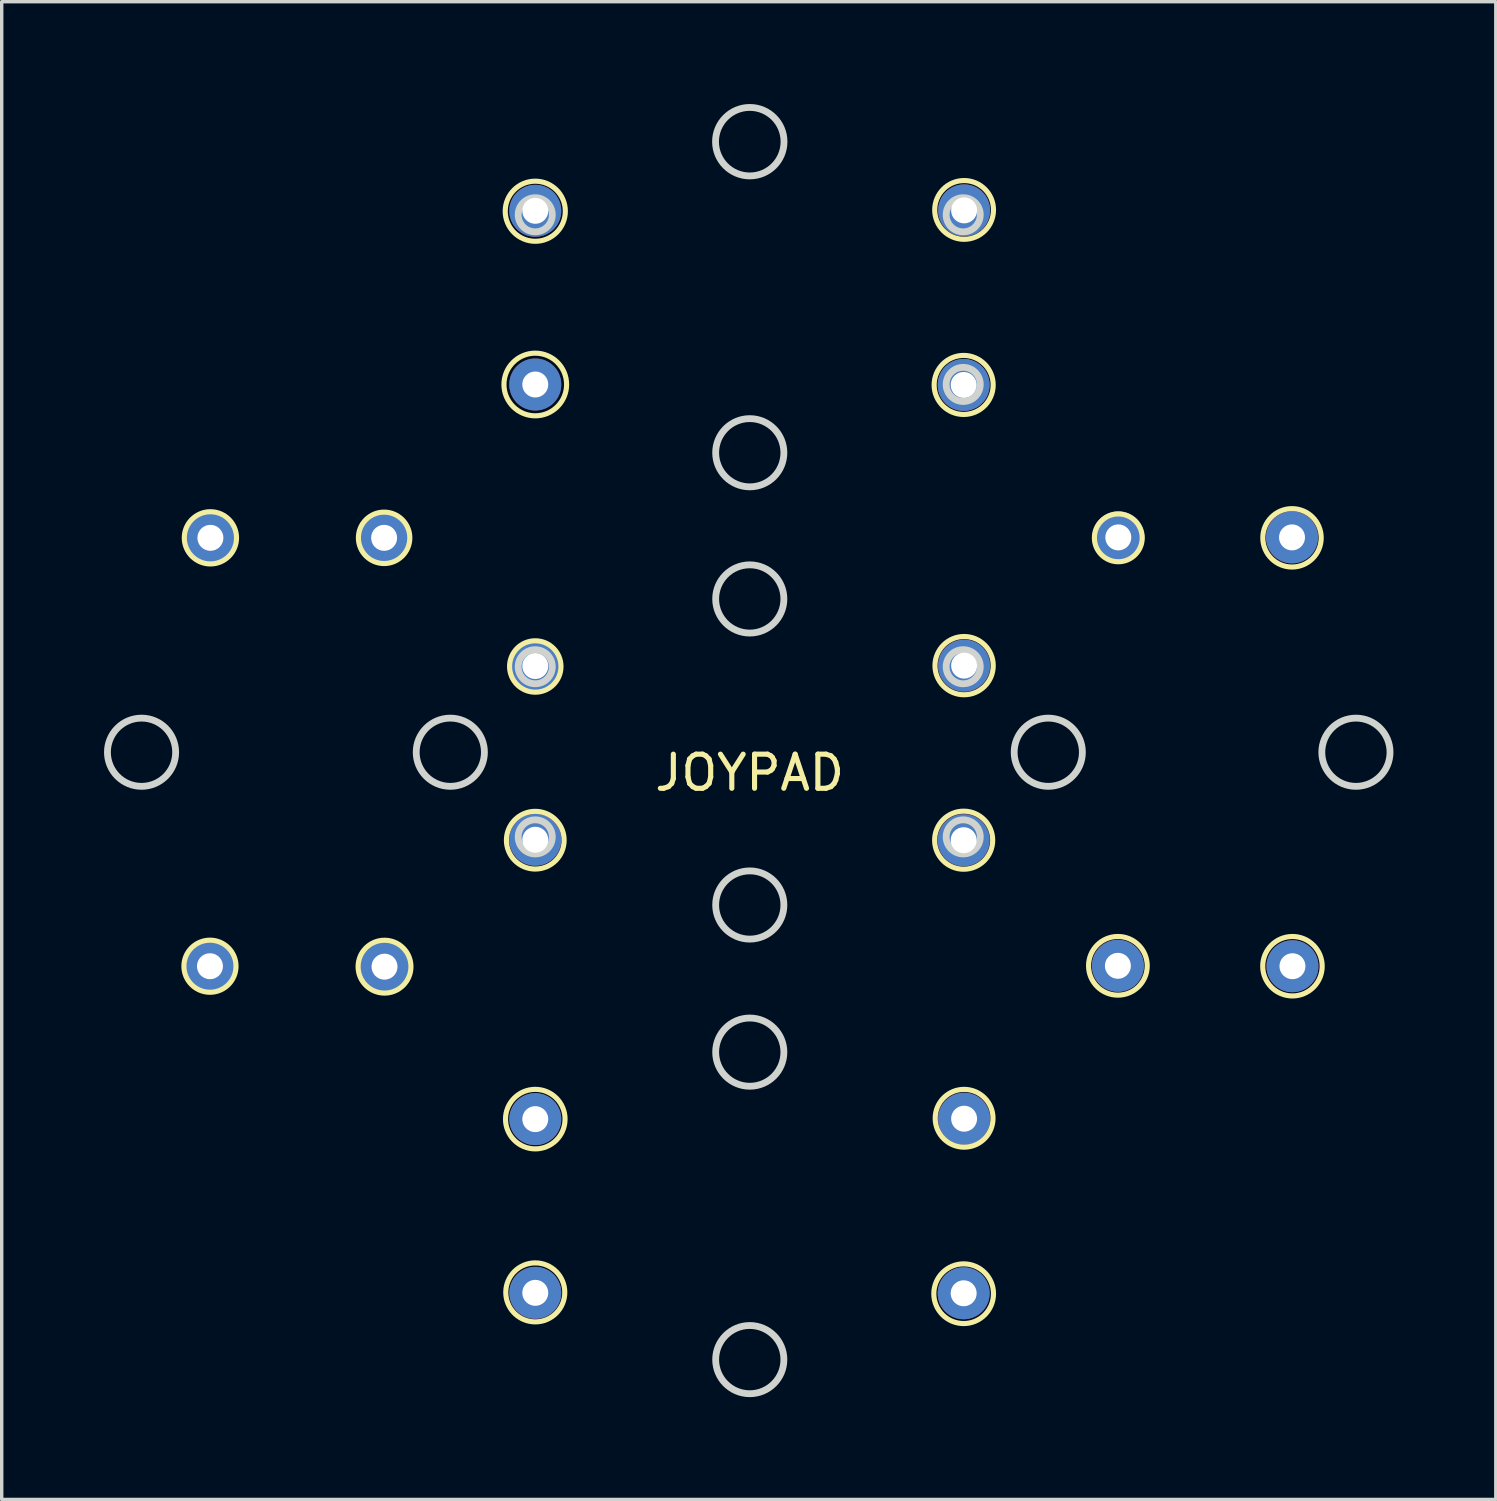
<source format=kicad_pcb>
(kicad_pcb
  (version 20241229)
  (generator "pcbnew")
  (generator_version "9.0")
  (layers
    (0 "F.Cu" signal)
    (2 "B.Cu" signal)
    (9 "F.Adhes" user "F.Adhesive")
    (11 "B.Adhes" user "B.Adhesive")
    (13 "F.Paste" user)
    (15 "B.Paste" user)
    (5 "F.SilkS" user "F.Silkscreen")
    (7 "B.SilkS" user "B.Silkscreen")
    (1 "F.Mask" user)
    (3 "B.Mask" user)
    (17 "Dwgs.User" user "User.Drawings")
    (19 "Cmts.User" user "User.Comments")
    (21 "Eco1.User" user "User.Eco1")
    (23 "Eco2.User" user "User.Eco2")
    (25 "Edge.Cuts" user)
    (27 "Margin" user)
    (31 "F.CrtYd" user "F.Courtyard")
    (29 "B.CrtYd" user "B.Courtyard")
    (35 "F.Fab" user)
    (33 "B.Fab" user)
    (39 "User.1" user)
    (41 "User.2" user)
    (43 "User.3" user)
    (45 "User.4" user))
  (footprint "JOYPAD"
    (layer "F.Cu")
    (at 18.994 17.672)
    (property "Reference" "JOYPAD" (at -0.064 1.935 0) (layer "F.SilkS") (effects (font (size 1 1) (thickness 0.15))))
    (attr through_hole)
    (fp_circle (center -15.888 7.607) (end -15.354 7.061) (stroke (width 0.15) (type solid)) (fill no) (layer "F.SilkS"))
    (fp_circle (center -15.875 -4.953) (end -15.38 -5.537) (stroke (width 0.15) (type solid)) (fill no) (layer "F.SilkS"))
    (fp_circle (center -10.782 -4.953) (end -10.249 -5.486) (stroke (width 0.15) (type solid)) (fill no) (layer "F.SilkS"))
    (fp_circle (center -10.77 7.62) (end -10.135 7.176) (stroke (width 0.15) (type solid)) (fill no) (layer "F.SilkS"))
    (fp_circle (center -6.35 -14.529) (end -5.702 -15.126) (stroke (width 0.15) (type solid)) (fill no) (layer "F.SilkS"))
    (fp_circle (center -6.35 -9.449) (end -5.753 -10.147) (stroke (width 0.15) (type solid)) (fill no) (layer "F.SilkS"))
    (fp_circle (center -6.35 -1.181) (end -5.715 -1.587) (stroke (width 0.15) (type solid)) (fill no) (layer "F.SilkS"))
    (fp_circle (center -6.35 3.912) (end -5.893 3.2) (stroke (width 0.15) (type solid)) (fill no) (layer "F.SilkS"))
    (fp_circle (center -6.35 12.09) (end -5.69 11.519) (stroke (width 0.15) (type solid)) (fill no) (layer "F.SilkS"))
    (fp_circle (center -6.35 17.17) (end -5.791 16.51) (stroke (width 0.15) (type solid)) (fill no) (layer "F.SilkS"))
    (fp_circle (center 6.21 -9.436) (end 6.96 -9.868) (stroke (width 0.15) (type solid)) (fill no) (layer "F.SilkS"))
    (fp_circle (center 6.21 3.912) (end 6.731 3.239) (stroke (width 0.15) (type solid)) (fill no) (layer "F.SilkS"))
    (fp_circle (center 6.21 17.209) (end 6.883 16.65) (stroke (width 0.15) (type solid)) (fill no) (layer "F.SilkS"))
    (fp_circle (center 6.223 -14.567) (end 6.744 -15.253) (stroke (width 0.15) (type solid)) (fill no) (layer "F.SilkS"))
    (fp_circle (center 6.223 -1.206) (end 6.807 -1.829) (stroke (width 0.15) (type solid)) (fill no) (layer "F.SilkS"))
    (fp_circle (center 6.223 12.065) (end 6.769 11.417) (stroke (width 0.15) (type solid)) (fill no) (layer "F.SilkS"))
    (fp_circle (center 10.732 7.595) (end 11.468 7.15) (stroke (width 0.15) (type solid)) (fill no) (layer "F.SilkS"))
    (fp_circle (center 10.744 -4.953) (end 11.252 -5.436) (stroke (width 0.15) (type solid)) (fill no) (layer "F.SilkS"))
    (fp_circle (center 15.837 -4.953) (end 16.535 -5.448) (stroke (width 0.15) (type solid)) (fill no) (layer "F.SilkS"))
    (fp_circle (center 15.85 7.607) (end 16.485 7.01) (stroke (width 0.15) (type solid)) (fill no) (layer "F.SilkS"))
    (fp_circle (center -17.894 1.333) (end -16.894 1.333) (stroke (width 0.2) (type solid)) (fill no) (layer "Edge.Cuts"))
    (fp_circle (center -8.841 1.333) (end -7.841 1.333) (stroke (width 0.2) (type solid)) (fill no) (layer "Edge.Cuts"))
    (fp_circle (center -6.351 -14.425) (end -5.851 -14.425) (stroke (width 0.2) (type solid)) (fill no) (layer "Edge.Cuts"))
    (fp_circle (center -6.351 -1.174) (end -5.851 -1.174) (stroke (width 0.2) (type solid)) (fill no) (layer "Edge.Cuts"))
    (fp_circle (center -6.351 3.815) (end -5.851 3.815) (stroke (width 0.2) (type solid)) (fill no) (layer "Edge.Cuts"))
    (fp_circle (center -0.061 -16.568) (end 0.943 -16.568) (stroke (width 0.2) (type solid)) (fill no) (layer "Edge.Cuts"))
    (fp_circle (center -0.061 -7.448) (end 0.939 -7.448) (stroke (width 0.2) (type solid)) (fill no) (layer "Edge.Cuts"))
    (fp_circle (center -0.061 -3.161) (end 0.939 -3.161) (stroke (width 0.2) (type solid)) (fill no) (layer "Edge.Cuts"))
    (fp_circle (center -0.061 5.812) (end 0.939 5.812) (stroke (width 0.2) (type solid)) (fill no) (layer "Edge.Cuts"))
    (fp_circle (center -0.061 10.126) (end 0.939 10.126) (stroke (width 0.2) (type solid)) (fill no) (layer "Edge.Cuts"))
    (fp_circle (center -0.061 19.141) (end 0.939 19.141) (stroke (width 0.2) (type solid)) (fill no) (layer "Edge.Cuts"))
    (fp_circle (center 6.197 -14.425) (end 6.697 -14.425) (stroke (width 0.2) (type solid)) (fill no) (layer "Edge.Cuts"))
    (fp_circle (center 6.197 -9.451) (end 6.697 -9.451) (stroke (width 0.2) (type solid)) (fill no) (layer "Edge.Cuts"))
    (fp_circle (center 6.197 -1.174) (end 6.697 -1.174) (stroke (width 0.2) (type solid)) (fill no) (layer "Edge.Cuts"))
    (fp_circle (center 6.197 3.815) (end 6.697 3.815) (stroke (width 0.2) (type solid)) (fill no) (layer "Edge.Cuts"))
    (fp_circle (center 8.691 1.333) (end 9.691 1.333) (stroke (width 0.2) (type solid)) (fill no) (layer "Edge.Cuts"))
    (fp_circle (center 17.711 1.333) (end 18.711 1.333) (stroke (width 0.2) (type solid)) (fill no) (layer "Edge.Cuts"))
    (pad "1" thru_hole circle (at -15.875 -4.953) (size 1.524 1.524) (drill 0.762) (layers "*.Cu" "*.Mask"))
    (pad "2" thru_hole circle (at -10.782 -4.953) (size 1.524 1.524) (drill 0.762) (layers "*.Cu" "*.Mask"))
    (pad "3" thru_hole circle (at -15.888 7.607) (size 1.524 1.524) (drill 0.762) (layers "*.Cu" "*.Mask"))
    (pad "4" thru_hole circle (at -10.77 7.62) (size 1.524 1.524) (drill 0.762) (layers "*.Cu" "*.Mask"))
    (pad "5" thru_hole circle (at -6.35 -9.449 90) (size 1.524 1.524) (drill 0.762) (layers "*.Cu" "*.Mask"))
    (pad "6" thru_hole circle (at -6.35 -14.541 90) (size 1.524 1.524) (drill 0.762) (layers "*.Cu" "*.Mask"))
    (pad "7" thru_hole circle (at 6.21 -9.436 90) (size 1.524 1.524) (drill 0.762) (layers "*.Cu" "*.Mask"))
    (pad "8" thru_hole circle (at 6.223 -14.554 90) (size 1.524 1.524) (drill 0.762) (layers "*.Cu" "*.Mask"))
    (pad "9" thru_hole circle (at -6.35 3.899 90) (size 1.524 1.524) (drill 0.762) (layers "*.Cu" "*.Mask"))
    (pad "10" thru_hole circle (at -6.35 -1.194 90) (size 1.524 1.524) (drill 0.762) (layers "*.Cu" "*.Mask"))
    (pad "11" thru_hole circle (at 6.21 3.912 90) (size 1.524 1.524) (drill 0.762) (layers "*.Cu" "*.Mask"))
    (pad "12" thru_hole circle (at 6.223 -1.206 90) (size 1.524 1.524) (drill 0.762) (layers "*.Cu" "*.Mask"))
    (pad "13" thru_hole circle (at -6.35 17.183 90) (size 1.524 1.524) (drill 0.762) (layers "*.Cu" "*.Mask"))
    (pad "14" thru_hole circle (at -6.35 12.09 90) (size 1.524 1.524) (drill 0.762) (layers "*.Cu" "*.Mask"))
    (pad "15" thru_hole circle (at 6.21 17.196 90) (size 1.524 1.524) (drill 0.762) (layers "*.Cu" "*.Mask"))
    (pad "16" thru_hole circle (at 6.223 12.078 90) (size 1.524 1.524) (drill 0.762) (layers "*.Cu" "*.Mask"))
    (pad "17" thru_hole circle (at 10.744 -4.966) (size 1.524 1.524) (drill 0.762) (layers "*.Cu" "*.Mask"))
    (pad "18" thru_hole circle (at 15.837 -4.966) (size 1.524 1.524) (drill 0.762) (layers "*.Cu" "*.Mask"))
    (pad "19" thru_hole circle (at 10.732 7.595) (size 1.524 1.524) (drill 0.762) (layers "*.Cu" "*.Mask"))
    (pad "20" thru_hole circle (at 15.85 7.607) (size 1.524 1.524) (drill 0.762) (layers "*.Cu" "*.Mask")))
  (gr_rect
    (start -3 -3)
    (end 40.806 40.913)
    (stroke (width 0.1) (type default))
    (fill no)
    (layer "Edge.Cuts")))
</source>
